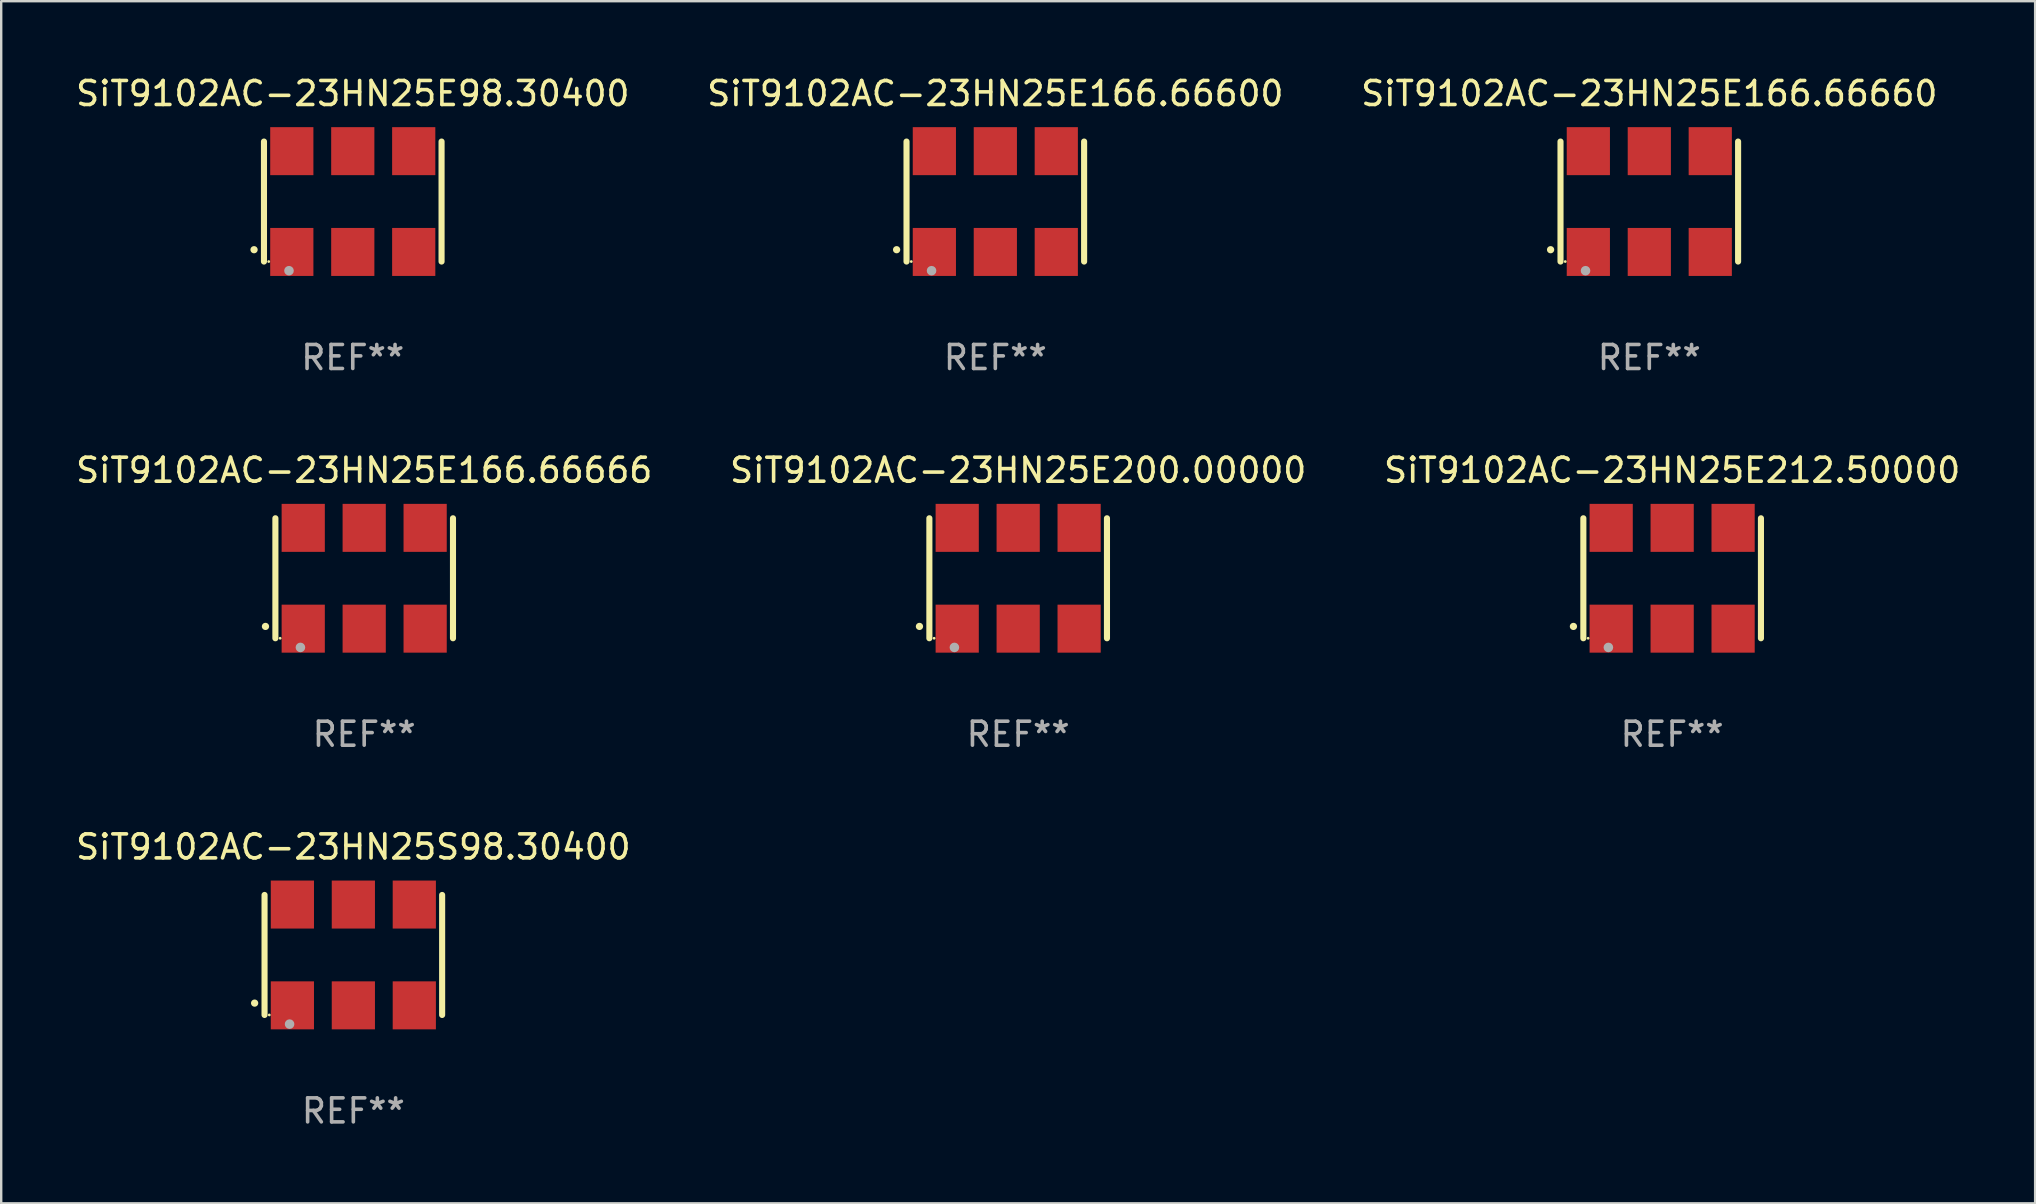
<source format=kicad_pcb>
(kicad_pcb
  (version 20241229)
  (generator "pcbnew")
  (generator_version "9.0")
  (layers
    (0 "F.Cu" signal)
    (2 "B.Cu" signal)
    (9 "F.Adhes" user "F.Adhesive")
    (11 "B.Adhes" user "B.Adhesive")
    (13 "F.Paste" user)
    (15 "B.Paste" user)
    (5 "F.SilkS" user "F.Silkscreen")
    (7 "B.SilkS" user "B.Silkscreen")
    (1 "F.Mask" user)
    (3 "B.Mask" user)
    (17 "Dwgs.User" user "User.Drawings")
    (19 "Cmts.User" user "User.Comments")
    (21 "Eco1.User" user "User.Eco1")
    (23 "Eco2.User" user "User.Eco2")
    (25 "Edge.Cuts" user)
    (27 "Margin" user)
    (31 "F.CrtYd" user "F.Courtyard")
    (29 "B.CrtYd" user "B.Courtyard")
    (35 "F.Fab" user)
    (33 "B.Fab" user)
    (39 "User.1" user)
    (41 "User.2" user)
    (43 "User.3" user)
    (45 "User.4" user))
  (footprint "SiT9102AC-23HN25E166.66660"
    (layer "F.Cu")
    (at 65.673 5.348)
    (property "Reference" "SiT9102AC-23HN25E166.66660" (at 0 -4.5 0) (layer "F.SilkS") (effects (font (size 1 1) (thickness 0.15))))
    (attr through_hole)
    (fp_line (start -3.7 -2.5) (end -3.7 2.5) (stroke (width 0.254) (type solid)) (layer "F.SilkS"))
    (fp_line (start 3.7 -2.5) (end 3.7 2.5) (stroke (width 0.254) (type solid)) (layer "F.SilkS"))
    (fp_arc (start -4.114415 2.006604) (mid -4.113145 2.006599) (end -4.111875 2.006604) (stroke (width 0.3) (type solid)) (layer "F.SilkS"))
    (fp_circle (center -3.502 2.5) (end -3.472 2.5) (stroke (width 0.06) (type solid)) (fill no) (layer "F.SilkS"))
    (fp_circle (center -2.657 2.882) (end -2.557 2.882) (stroke (width 0.2) (type solid)) (fill no) (layer "F.Fab"))
    (fp_text user "REF**" (at 0 6.5 0) (layer "F.Fab") (effects (font (size 1 1) (thickness 0.15))))
    (pad "1" smd rect (at -2.54 2.1) (size 1.8 2) (layers "F.Cu" "F.Mask" "F.Paste"))
    (pad "2" smd rect (at 0.000394 2.1) (size 1.8 2) (layers "F.Cu" "F.Mask" "F.Paste"))
    (pad "3" smd rect (at 2.54 2.1) (size 1.8 2) (layers "F.Cu" "F.Mask" "F.Paste"))
    (pad "4" smd rect (at 2.54 -2.1) (size 1.8 2) (layers "F.Cu" "F.Mask" "F.Paste"))
    (pad "5" smd rect (at 0.000394 -2.1) (size 1.8 2) (layers "F.Cu" "F.Mask" "F.Paste"))
    (pad "6" smd rect (at -2.54 -2.1) (size 1.8 2) (layers "F.Cu" "F.Mask" "F.Paste")))
  (footprint "SiT9102AC-23HN25E166.66666"
    (layer "F.Cu")
    (at 12.125 21.045)
    (property "Reference" "SiT9102AC-23HN25E166.66666" (at 0 -4.5 0) (layer "F.SilkS") (effects (font (size 1 1) (thickness 0.15))))
    (attr through_hole)
    (fp_line (start -3.7 -2.5) (end -3.7 2.5) (stroke (width 0.254) (type solid)) (layer "F.SilkS"))
    (fp_line (start 3.7 -2.5) (end 3.7 2.5) (stroke (width 0.254) (type solid)) (layer "F.SilkS"))
    (fp_arc (start -4.114415 2.006604) (mid -4.113145 2.006599) (end -4.111875 2.006604) (stroke (width 0.3) (type solid)) (layer "F.SilkS"))
    (fp_circle (center -3.502 2.5) (end -3.472 2.5) (stroke (width 0.06) (type solid)) (fill no) (layer "F.SilkS"))
    (fp_circle (center -2.657 2.882) (end -2.557 2.882) (stroke (width 0.2) (type solid)) (fill no) (layer "F.Fab"))
    (fp_text user "REF**" (at 0 6.5 0) (layer "F.Fab") (effects (font (size 1 1) (thickness 0.15))))
    (pad "1" smd rect (at -2.54 2.1) (size 1.8 2) (layers "F.Cu" "F.Mask" "F.Paste"))
    (pad "2" smd rect (at 0.000394 2.1) (size 1.8 2) (layers "F.Cu" "F.Mask" "F.Paste"))
    (pad "3" smd rect (at 2.54 2.1) (size 1.8 2) (layers "F.Cu" "F.Mask" "F.Paste"))
    (pad "4" smd rect (at 2.54 -2.1) (size 1.8 2) (layers "F.Cu" "F.Mask" "F.Paste"))
    (pad "5" smd rect (at 0.000394 -2.1) (size 1.8 2) (layers "F.Cu" "F.Mask" "F.Paste"))
    (pad "6" smd rect (at -2.54 -2.1) (size 1.8 2) (layers "F.Cu" "F.Mask" "F.Paste")))
  (footprint "SiT9102AC-23HN25E98.30400"
    (layer "F.Cu")
    (at 11.649 5.348)
    (property "Reference" "SiT9102AC-23HN25E98.30400" (at 0 -4.5 0) (layer "F.SilkS") (effects (font (size 1 1) (thickness 0.15))))
    (attr through_hole)
    (fp_line (start -3.7 -2.5) (end -3.7 2.5) (stroke (width 0.254) (type solid)) (layer "F.SilkS"))
    (fp_line (start 3.7 -2.5) (end 3.7 2.5) (stroke (width 0.254) (type solid)) (layer "F.SilkS"))
    (fp_arc (start -4.114415 2.006604) (mid -4.113145 2.006599) (end -4.111875 2.006604) (stroke (width 0.3) (type solid)) (layer "F.SilkS"))
    (fp_circle (center -3.502 2.5) (end -3.472 2.5) (stroke (width 0.06) (type solid)) (fill no) (layer "F.SilkS"))
    (fp_circle (center -2.657 2.882) (end -2.557 2.882) (stroke (width 0.2) (type solid)) (fill no) (layer "F.Fab"))
    (fp_text user "REF**" (at 0 6.5 0) (layer "F.Fab") (effects (font (size 1 1) (thickness 0.15))))
    (pad "1" smd rect (at -2.54 2.1) (size 1.8 2) (layers "F.Cu" "F.Mask" "F.Paste"))
    (pad "2" smd rect (at 0.000394 2.1) (size 1.8 2) (layers "F.Cu" "F.Mask" "F.Paste"))
    (pad "3" smd rect (at 2.54 2.1) (size 1.8 2) (layers "F.Cu" "F.Mask" "F.Paste"))
    (pad "4" smd rect (at 2.54 -2.1) (size 1.8 2) (layers "F.Cu" "F.Mask" "F.Paste"))
    (pad "5" smd rect (at 0.000394 -2.1) (size 1.8 2) (layers "F.Cu" "F.Mask" "F.Paste"))
    (pad "6" smd rect (at -2.54 -2.1) (size 1.8 2) (layers "F.Cu" "F.Mask" "F.Paste")))
  (footprint "SiT9102AC-23HN25E212.50000"
    (layer "F.Cu")
    (at 66.625 21.045)
    (property "Reference" "SiT9102AC-23HN25E212.50000" (at 0 -4.5 0) (layer "F.SilkS") (effects (font (size 1 1) (thickness 0.15))))
    (attr through_hole)
    (fp_line (start -3.7 -2.5) (end -3.7 2.5) (stroke (width 0.254) (type solid)) (layer "F.SilkS"))
    (fp_line (start 3.7 -2.5) (end 3.7 2.5) (stroke (width 0.254) (type solid)) (layer "F.SilkS"))
    (fp_arc (start -4.114415 2.006604) (mid -4.113145 2.006599) (end -4.111875 2.006604) (stroke (width 0.3) (type solid)) (layer "F.SilkS"))
    (fp_circle (center -3.502 2.5) (end -3.472 2.5) (stroke (width 0.06) (type solid)) (fill no) (layer "F.SilkS"))
    (fp_circle (center -2.657 2.882) (end -2.557 2.882) (stroke (width 0.2) (type solid)) (fill no) (layer "F.Fab"))
    (fp_text user "REF**" (at 0 6.5 0) (layer "F.Fab") (effects (font (size 1 1) (thickness 0.15))))
    (pad "1" smd rect (at -2.54 2.1) (size 1.8 2) (layers "F.Cu" "F.Mask" "F.Paste"))
    (pad "2" smd rect (at 0.000394 2.1) (size 1.8 2) (layers "F.Cu" "F.Mask" "F.Paste"))
    (pad "3" smd rect (at 2.54 2.1) (size 1.8 2) (layers "F.Cu" "F.Mask" "F.Paste"))
    (pad "4" smd rect (at 2.54 -2.1) (size 1.8 2) (layers "F.Cu" "F.Mask" "F.Paste"))
    (pad "5" smd rect (at 0.000394 -2.1) (size 1.8 2) (layers "F.Cu" "F.Mask" "F.Paste"))
    (pad "6" smd rect (at -2.54 -2.1) (size 1.8 2) (layers "F.Cu" "F.Mask" "F.Paste")))
  (footprint "SiT9102AC-23HN25E200.00000"
    (layer "F.Cu")
    (at 39.375 21.045)
    (property "Reference" "SiT9102AC-23HN25E200.00000" (at 0 -4.5 0) (layer "F.SilkS") (effects (font (size 1 1) (thickness 0.15))))
    (attr through_hole)
    (fp_line (start -3.7 -2.5) (end -3.7 2.5) (stroke (width 0.254) (type solid)) (layer "F.SilkS"))
    (fp_line (start 3.7 -2.5) (end 3.7 2.5) (stroke (width 0.254) (type solid)) (layer "F.SilkS"))
    (fp_arc (start -4.114415 2.006604) (mid -4.113145 2.006599) (end -4.111875 2.006604) (stroke (width 0.3) (type solid)) (layer "F.SilkS"))
    (fp_circle (center -3.502 2.5) (end -3.472 2.5) (stroke (width 0.06) (type solid)) (fill no) (layer "F.SilkS"))
    (fp_circle (center -2.657 2.882) (end -2.557 2.882) (stroke (width 0.2) (type solid)) (fill no) (layer "F.Fab"))
    (fp_text user "REF**" (at 0 6.5 0) (layer "F.Fab") (effects (font (size 1 1) (thickness 0.15))))
    (pad "1" smd rect (at -2.54 2.1) (size 1.8 2) (layers "F.Cu" "F.Mask" "F.Paste"))
    (pad "2" smd rect (at 0.000394 2.1) (size 1.8 2) (layers "F.Cu" "F.Mask" "F.Paste"))
    (pad "3" smd rect (at 2.54 2.1) (size 1.8 2) (layers "F.Cu" "F.Mask" "F.Paste"))
    (pad "4" smd rect (at 2.54 -2.1) (size 1.8 2) (layers "F.Cu" "F.Mask" "F.Paste"))
    (pad "5" smd rect (at 0.000394 -2.1) (size 1.8 2) (layers "F.Cu" "F.Mask" "F.Paste"))
    (pad "6" smd rect (at -2.54 -2.1) (size 1.8 2) (layers "F.Cu" "F.Mask" "F.Paste")))
  (footprint "SiT9102AC-23HN25E166.66600"
    (layer "F.Cu")
    (at 38.423 5.348)
    (property "Reference" "SiT9102AC-23HN25E166.66600" (at 0 -4.5 0) (layer "F.SilkS") (effects (font (size 1 1) (thickness 0.15))))
    (attr through_hole)
    (fp_line (start -3.7 -2.5) (end -3.7 2.5) (stroke (width 0.254) (type solid)) (layer "F.SilkS"))
    (fp_line (start 3.7 -2.5) (end 3.7 2.5) (stroke (width 0.254) (type solid)) (layer "F.SilkS"))
    (fp_arc (start -4.114415 2.006604) (mid -4.113145 2.006599) (end -4.111875 2.006604) (stroke (width 0.3) (type solid)) (layer "F.SilkS"))
    (fp_circle (center -3.502 2.5) (end -3.472 2.5) (stroke (width 0.06) (type solid)) (fill no) (layer "F.SilkS"))
    (fp_circle (center -2.657 2.882) (end -2.557 2.882) (stroke (width 0.2) (type solid)) (fill no) (layer "F.Fab"))
    (fp_text user "REF**" (at 0 6.5 0) (layer "F.Fab") (effects (font (size 1 1) (thickness 0.15))))
    (pad "1" smd rect (at -2.54 2.1) (size 1.8 2) (layers "F.Cu" "F.Mask" "F.Paste"))
    (pad "2" smd rect (at 0.000394 2.1) (size 1.8 2) (layers "F.Cu" "F.Mask" "F.Paste"))
    (pad "3" smd rect (at 2.54 2.1) (size 1.8 2) (layers "F.Cu" "F.Mask" "F.Paste"))
    (pad "4" smd rect (at 2.54 -2.1) (size 1.8 2) (layers "F.Cu" "F.Mask" "F.Paste"))
    (pad "5" smd rect (at 0.000394 -2.1) (size 1.8 2) (layers "F.Cu" "F.Mask" "F.Paste"))
    (pad "6" smd rect (at -2.54 -2.1) (size 1.8 2) (layers "F.Cu" "F.Mask" "F.Paste")))
  (footprint "SiT9102AC-23HN25S98.30400"
    (layer "F.Cu")
    (at 11.673 36.741)
    (property "Reference" "SiT9102AC-23HN25S98.30400" (at 0 -4.5 0) (layer "F.SilkS") (effects (font (size 1 1) (thickness 0.15))))
    (attr through_hole)
    (fp_line (start -3.7 -2.5) (end -3.7 2.5) (stroke (width 0.254) (type solid)) (layer "F.SilkS"))
    (fp_line (start 3.7 -2.5) (end 3.7 2.5) (stroke (width 0.254) (type solid)) (layer "F.SilkS"))
    (fp_arc (start -4.114415 2.006604) (mid -4.113145 2.006599) (end -4.111875 2.006604) (stroke (width 0.3) (type solid)) (layer "F.SilkS"))
    (fp_circle (center -3.502 2.5) (end -3.472 2.5) (stroke (width 0.06) (type solid)) (fill no) (layer "F.SilkS"))
    (fp_circle (center -2.657 2.882) (end -2.557 2.882) (stroke (width 0.2) (type solid)) (fill no) (layer "F.Fab"))
    (fp_text user "REF**" (at 0 6.5 0) (layer "F.Fab") (effects (font (size 1 1) (thickness 0.15))))
    (pad "1" smd rect (at -2.54 2.1) (size 1.8 2) (layers "F.Cu" "F.Mask" "F.Paste"))
    (pad "2" smd rect (at 0.000394 2.1) (size 1.8 2) (layers "F.Cu" "F.Mask" "F.Paste"))
    (pad "3" smd rect (at 2.54 2.1) (size 1.8 2) (layers "F.Cu" "F.Mask" "F.Paste"))
    (pad "4" smd rect (at 2.54 -2.1) (size 1.8 2) (layers "F.Cu" "F.Mask" "F.Paste"))
    (pad "5" smd rect (at 0.000394 -2.1) (size 1.8 2) (layers "F.Cu" "F.Mask" "F.Paste"))
    (pad "6" smd rect (at -2.54 -2.1) (size 1.8 2) (layers "F.Cu" "F.Mask" "F.Paste")))
  (gr_rect
    (start -3 -3)
    (end 81.75 47.09)
    (stroke (width 0.1) (type default))
    (fill no)
    (layer "Edge.Cuts")))
</source>
